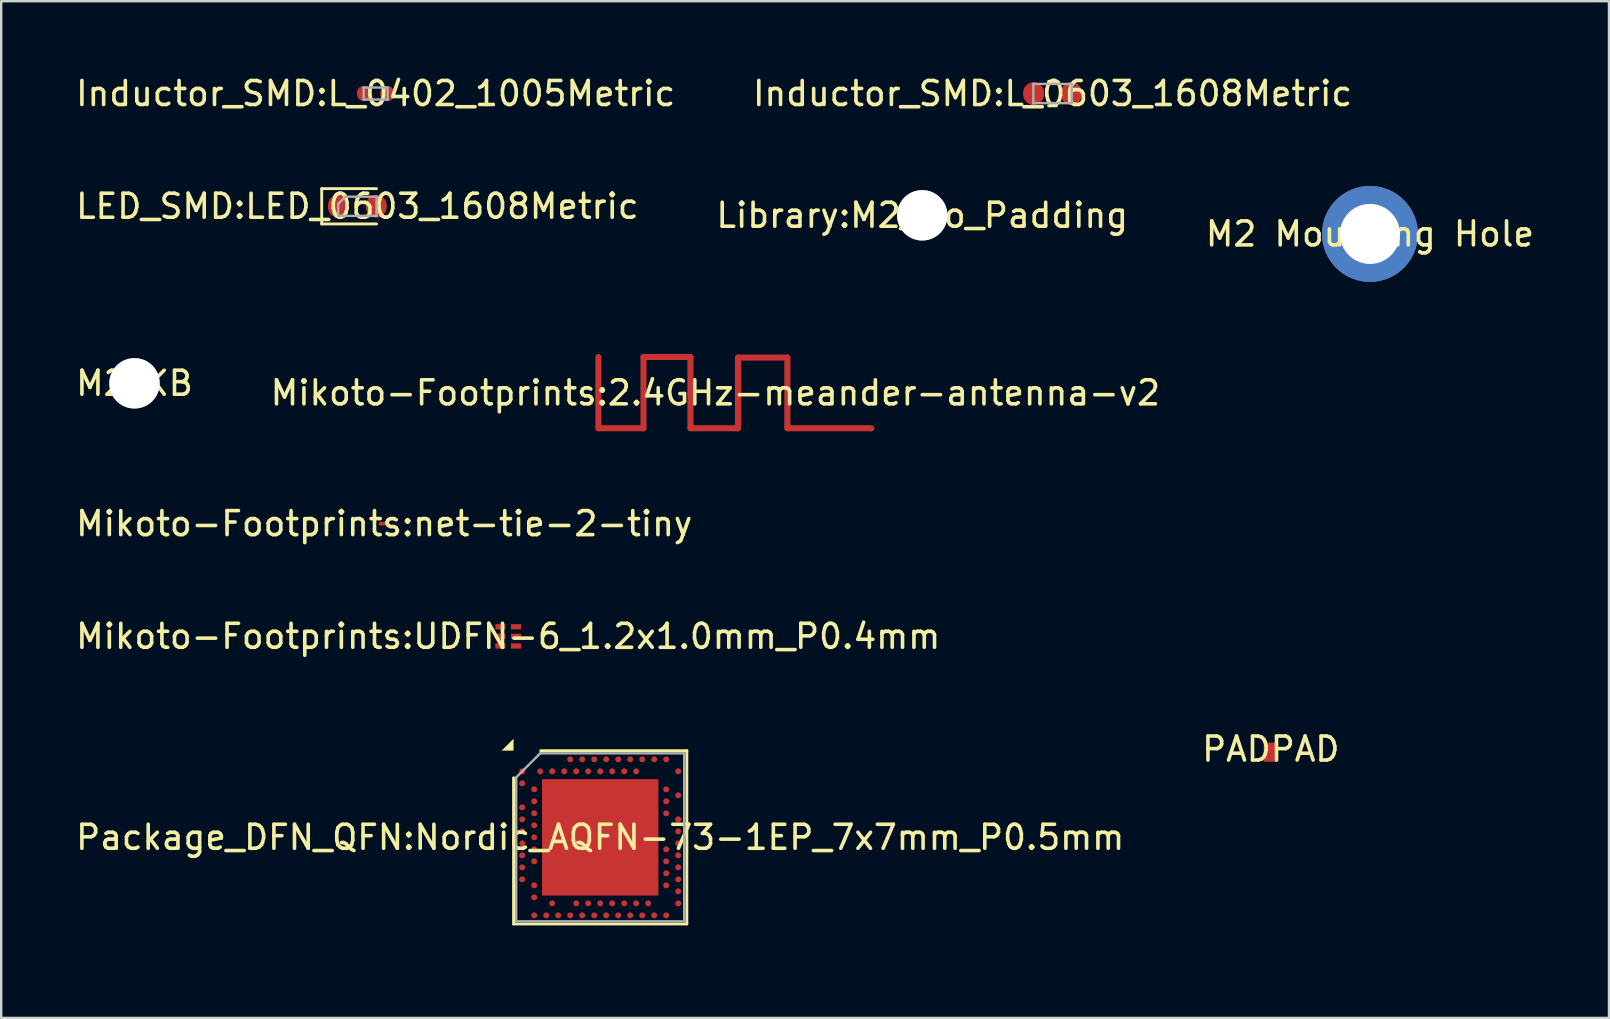
<source format=kicad_pcb>
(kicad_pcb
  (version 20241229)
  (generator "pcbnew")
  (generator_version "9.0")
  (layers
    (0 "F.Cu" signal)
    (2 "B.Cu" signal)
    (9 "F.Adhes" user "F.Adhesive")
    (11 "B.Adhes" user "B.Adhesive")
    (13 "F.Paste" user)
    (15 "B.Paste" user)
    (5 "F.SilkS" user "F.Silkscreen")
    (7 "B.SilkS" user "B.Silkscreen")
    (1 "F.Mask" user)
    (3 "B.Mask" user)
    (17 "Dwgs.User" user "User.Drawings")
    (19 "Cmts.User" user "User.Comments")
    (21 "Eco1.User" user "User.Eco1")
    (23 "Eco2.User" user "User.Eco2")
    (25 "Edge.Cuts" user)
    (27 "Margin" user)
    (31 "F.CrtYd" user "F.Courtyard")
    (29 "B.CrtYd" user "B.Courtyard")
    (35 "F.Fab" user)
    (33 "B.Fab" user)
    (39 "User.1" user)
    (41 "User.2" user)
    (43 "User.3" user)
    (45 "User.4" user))
  (footprint "Inductor_SMD{colon}L_0603_1608Metric"
    (layer "F.Cu")
    (at 40.804 0.848)
    (property "Reference" "Inductor_SMD{colon}L_0603_1608Metric" (at 0 0 0) (layer "F.SilkS") (effects (font (size 1 1) (thickness 0.15))))
    (fp_line (start -0.163 -0.51) (end 0.163 -0.51) (stroke (width 0.12) (type default)) (layer "F.SilkS"))
    (fp_line (start -0.163 0.51) (end 0.163 0.51) (stroke (width 0.12) (type default)) (layer "F.SilkS"))
    (fp_line (start -0.8 -0.4) (end 0.8 -0.4) (stroke (width 0.1) (type default)) (layer "F.Fab"))
    (fp_line (start -0.8 0.4) (end -0.8 -0.4) (stroke (width 0.1) (type default)) (layer "F.Fab"))
    (fp_line (start 0.8 -0.4) (end 0.8 0.4) (stroke (width 0.1) (type default)) (layer "F.Fab"))
    (fp_line (start 0.8 0.4) (end -0.8 0.4) (stroke (width 0.1) (type default)) (layer "F.Fab"))
    (fp_line (start -1.48 -0.73) (end 1.48 -0.73) (stroke (width 0.05) (type default)) (layer "User.1"))
    (fp_line (start -1.48 0.73) (end -1.48 -0.73) (stroke (width 0.05) (type default)) (layer "User.1"))
    (fp_line (start 1.48 -0.73) (end 1.48 0.73) (stroke (width 0.05) (type default)) (layer "User.1"))
    (fp_line (start 1.48 0.73) (end -1.48 0.73) (stroke (width 0.05) (type default)) (layer "User.1"))
    (pad "1" smd roundrect (at -0.787 0) (size 0.875 0.95) (layers "F.Cu" "F.Mask" "F.Paste") (roundrect_rratio 0.5))
    (pad "2" smd roundrect (at 0.787 0) (size 0.875 0.95) (layers "F.Cu" "F.Mask" "F.Paste") (roundrect_rratio 0.5)))
  (footprint "M2 Mounting Hole"
    (layer "F.Cu")
    (at 54.03 6.697)
    (property "Reference" "M2 Mounting Hole" (at 0 0 0) (layer "F.SilkS") (effects (font (size 1 1) (thickness 0.15))))
    (pad "1" thru_hole circle (at 0 0) (size 4 4) (drill 2.5) (layers "*.Cu" "*.Mask")))
  (footprint "Mikoto-Footprints{colon}2.4GHz-meander-antenna-v2"
    (layer "F.Cu")
    (at 26.756 13.32)
    (property "Reference" "Mikoto-Footprints{colon}2.4GHz-meander-antenna-v2" (at 0 0 0) (layer "F.SilkS") (effects (font (size 1 1) (thickness 0.15))))
    (fp_line (start -4.874 1.472) (end -4.874 -1.492) (stroke (width 0.254) (type default)) (layer "F.Cu"))
    (fp_line (start -2.994 1.472) (end -4.874 1.472) (stroke (width 0.254) (type default)) (layer "F.Cu"))
    (fp_line (start -2.994 1.472) (end -2.994 -1.497) (stroke (width 0.254) (type default)) (layer "F.Cu"))
    (fp_line (start -1.038 -1.497) (end -2.994 -1.497) (stroke (width 0.254) (type default)) (layer "F.Cu"))
    (fp_line (start -1.038 1.472) (end -1.038 -1.497) (stroke (width 0.254) (type default)) (layer "F.Cu"))
    (fp_line (start 0.943 1.472) (end -1.038 1.472) (stroke (width 0.254) (type default)) (layer "F.Cu"))
    (fp_line (start 0.943 1.472) (end 0.943 -1.472) (stroke (width 0.254) (type default)) (layer "F.Cu"))
    (fp_line (start 3 -1.472) (end 0.943 -1.472) (stroke (width 0.254) (type default)) (layer "F.Cu"))
    (fp_line (start 3 1.472) (end 3 -1.472) (stroke (width 0.254) (type default)) (layer "F.Cu"))
    (fp_line (start 6.5 1.472) (end 3 1.472) (stroke (width 0.254) (type default)) (layer "F.Cu"))
    (pad "1" smd circle (at 6.5 1.5) (size 0.2 0.2) (layers "F.Cu" "F.Mask" "F.Paste")))
  (footprint "Package_DFN_QFN{colon}Nordic_AQFN-73-1EP_7x7mm_P0.5mm"
    (layer "F.Cu")
    (at 21.958 31.838)
    (property "Reference" "Package_DFN_QFN{colon}Nordic_AQFN-73-1EP_7x7mm_P0.5mm" (at 0 0 0) (layer "F.SilkS") (effects (font (size 1 1) (thickness 0.15))))
    (fp_line (start -3.61 -2.48) (end -3.61 3.61) (stroke (width 0.12) (type default)) (layer "F.SilkS"))
    (fp_line (start -3.61 3.61) (end 3.61 3.61) (stroke (width 0.12) (type default)) (layer "F.SilkS"))
    (fp_line (start 3.61 -3.61) (end -2.48 -3.61) (stroke (width 0.12) (type default)) (layer "F.SilkS"))
    (fp_line (start 3.61 3.61) (end 3.61 -3.61) (stroke (width 0.12) (type default)) (layer "F.SilkS"))
    (fp_poly (pts (xy -3.61 -3.61) (xy -4.11 -3.61) (xy -3.61 -4.11)) (stroke (width 0) (type default)) (fill yes) (layer "F.SilkS"))
    (fp_line (start -3.5 -2.5) (end -3.5 3.5) (stroke (width 0.1) (type default)) (layer "F.Fab"))
    (fp_line (start -3.5 -2.5) (end -2.5 -3.5) (stroke (width 0.1) (type default)) (layer "F.Fab"))
    (fp_line (start -3.5 3.5) (end 3.5 3.5) (stroke (width 0.1) (type default)) (layer "F.Fab"))
    (fp_line (start -2.5 -3.5) (end 3.5 -3.5) (stroke (width 0.1) (type default)) (layer "F.Fab"))
    (fp_line (start 3.5 -3.5) (end 3.5 3.5) (stroke (width 0.1) (type default)) (layer "F.Fab"))
    (fp_line (start -4.5 -4.5) (end 4.5 -4.5) (stroke (width 0.05) (type default)) (layer "User.1"))
    (fp_line (start -4.5 4.5) (end -4.5 -4.5) (stroke (width 0.05) (type default)) (layer "User.1"))
    (fp_line (start 4.5 -4.5) (end 4.5 4.5) (stroke (width 0.05) (type default)) (layer "User.1"))
    (fp_line (start 4.5 4.5) (end -4.5 4.5) (stroke (width 0.05) (type default)) (layer "User.1"))
    (pad "" smd rect (at -1.212 -1.212 180) (size 2 2) (layers "F.Cu" "F.Mask" "F.Paste"))
    (pad "" smd rect (at -1.212 1.212 180) (size 2 2) (layers "F.Cu" "F.Mask" "F.Paste"))
    (pad "" smd rect (at 1.212 -1.212 180) (size 2 2) (layers "F.Cu" "F.Mask" "F.Paste"))
    (pad "" smd rect (at 1.212 1.212 180) (size 2 2) (layers "F.Cu" "F.Mask" "F.Paste"))
    (pad "A8" smd circle (at -1.25 -3.25 180) (size 0.25 0.25) (layers "F.Cu" "F.Mask" "F.Paste"))
    (pad "A10" smd circle (at -0.75 -3.25 180) (size 0.25 0.25) (layers "F.Cu" "F.Mask" "F.Paste"))
    (pad "A12" smd circle (at -0.25 -3.25 180) (size 0.25 0.25) (layers "F.Cu" "F.Mask" "F.Paste"))
    (pad "A14" smd circle (at 0.25 -3.25 180) (size 0.25 0.25) (layers "F.Cu" "F.Mask" "F.Paste"))
    (pad "A16" smd circle (at 0.75 -3.25 180) (size 0.25 0.25) (layers "F.Cu" "F.Mask" "F.Paste"))
    (pad "A18" smd circle (at 1.25 -3.25 180) (size 0.25 0.25) (layers "F.Cu" "F.Mask" "F.Paste"))
    (pad "A20" smd circle (at 1.75 -3.25 180) (size 0.25 0.25) (layers "F.Cu" "F.Mask" "F.Paste"))
    (pad "A22" smd circle (at 2.25 -3.25 180) (size 0.25 0.25) (layers "F.Cu" "F.Mask" "F.Paste"))
    (pad "A23" smd circle (at 2.75 -3.25 180) (size 0.25 0.25) (layers "F.Cu" "F.Mask" "F.Paste"))
    (pad "AA24" smd circle (at 3.25 2.25 180) (size 0.25 0.25) (layers "F.Cu" "F.Mask" "F.Paste"))
    (pad "AB2" smd circle (at -2.75 2.5 180) (size 0.25 0.25) (layers "F.Cu" "F.Mask" "F.Paste"))
    (pad "AC5" smd circle (at -2 2.75 180) (size 0.25 0.25) (layers "F.Cu" "F.Mask" "F.Paste"))
    (pad "AC9" smd circle (at -1 2.75 180) (size 0.25 0.25) (layers "F.Cu" "F.Mask" "F.Paste"))
    (pad "AC11" smd circle (at -0.5 2.75 180) (size 0.25 0.25) (layers "F.Cu" "F.Mask" "F.Paste"))
    (pad "AC13" smd circle (at 0 2.75 180) (size 0.25 0.25) (layers "F.Cu" "F.Mask" "F.Paste"))
    (pad "AC15" smd circle (at 0.5 2.75 180) (size 0.25 0.25) (layers "F.Cu" "F.Mask" "F.Paste"))
    (pad "AC17" smd circle (at 1 2.75 180) (size 0.25 0.25) (layers "F.Cu" "F.Mask" "F.Paste"))
    (pad "AC19" smd circle (at 1.5 2.75 180) (size 0.25 0.25) (layers "F.Cu" "F.Mask" "F.Paste"))
    (pad "AC21" smd circle (at 2 2.75 180) (size 0.25 0.25) (layers "F.Cu" "F.Mask" "F.Paste"))
    (pad "AC24" smd circle (at 3.25 2.75 180) (size 0.25 0.25) (layers "F.Cu" "F.Mask" "F.Paste"))
    (pad "AD2" smd circle (at -2.75 3.25 180) (size 0.25 0.25) (layers "F.Cu" "F.Mask" "F.Paste"))
    (pad "AD4" smd circle (at -2.25 3.25 180) (size 0.25 0.25) (layers "F.Cu" "F.Mask" "F.Paste"))
    (pad "AD6" smd circle (at -1.75 3.25 180) (size 0.25 0.25) (layers "F.Cu" "F.Mask" "F.Paste"))
    (pad "AD8" smd circle (at -1.25 3.25 180) (size 0.25 0.25) (layers "F.Cu" "F.Mask" "F.Paste"))
    (pad "AD10" smd circle (at -0.75 3.25 180) (size 0.25 0.25) (layers "F.Cu" "F.Mask" "F.Paste"))
    (pad "AD12" smd circle (at -0.25 3.25 180) (size 0.25 0.25) (layers "F.Cu" "F.Mask" "F.Paste"))
    (pad "AD14" smd circle (at 0.25 3.25 180) (size 0.25 0.25) (layers "F.Cu" "F.Mask" "F.Paste"))
    (pad "AD16" smd circle (at 0.75 3.25 180) (size 0.25 0.25) (layers "F.Cu" "F.Mask" "F.Paste"))
    (pad "AD18" smd circle (at 1.25 3.25 180) (size 0.25 0.25) (layers "F.Cu" "F.Mask" "F.Paste"))
    (pad "AD20" smd circle (at 1.75 3.25 180) (size 0.25 0.25) (layers "F.Cu" "F.Mask" "F.Paste"))
    (pad "AD22" smd circle (at 2.25 3.25 180) (size 0.25 0.25) (layers "F.Cu" "F.Mask" "F.Paste"))
    (pad "AD23" smd circle (at 2.75 3.25 180) (size 0.25 0.25) (layers "F.Cu" "F.Mask" "F.Paste"))
    (pad "B1" smd circle (at -3.25 -2.75 180) (size 0.25 0.25) (layers "F.Cu" "F.Mask" "F.Paste"))
    (pad "B3" smd circle (at -2.5 -2.75 180) (size 0.25 0.25) (layers "F.Cu" "F.Mask" "F.Paste"))
    (pad "B5" smd circle (at -2 -2.75 180) (size 0.25 0.25) (layers "F.Cu" "F.Mask" "F.Paste"))
    (pad "B7" smd circle (at -1.5 -2.75 180) (size 0.25 0.25) (layers "F.Cu" "F.Mask" "F.Paste"))
    (pad "B9" smd circle (at -1 -2.75 180) (size 0.25 0.25) (layers "F.Cu" "F.Mask" "F.Paste"))
    (pad "B11" smd circle (at -0.5 -2.75 180) (size 0.25 0.25) (layers "F.Cu" "F.Mask" "F.Paste"))
    (pad "B13" smd circle (at 0 -2.75 180) (size 0.25 0.25) (layers "F.Cu" "F.Mask" "F.Paste"))
    (pad "B15" smd circle (at 0.5 -2.75 180) (size 0.25 0.25) (layers "F.Cu" "F.Mask" "F.Paste"))
    (pad "B17" smd circle (at 1 -2.75 180) (size 0.25 0.25) (layers "F.Cu" "F.Mask" "F.Paste"))
    (pad "B19" smd circle (at 1.5 -2.75 180) (size 0.25 0.25) (layers "F.Cu" "F.Mask" "F.Paste"))
    (pad "B24" smd circle (at 3.25 -2.75 180) (size 0.25 0.25) (layers "F.Cu" "F.Mask" "F.Paste"))
    (pad "C1" smd circle (at -3.25 -2.25 180) (size 0.25 0.25) (layers "F.Cu" "F.Mask" "F.Paste"))
    (pad "D2" smd circle (at -2.75 -2 180) (size 0.25 0.25) (layers "F.Cu" "F.Mask" "F.Paste"))
    (pad "D23" smd circle (at 2.75 -2 180) (size 0.25 0.25) (layers "F.Cu" "F.Mask" "F.Paste"))
    (pad "E24" smd circle (at 3.25 -1.75 180) (size 0.25 0.25) (layers "F.Cu" "F.Mask" "F.Paste"))
    (pad "EP" smd rect (at 0 0 180) (size 4.85 4.85) (layers "F.Cu" "F.Mask" "F.Paste"))
    (pad "F2" smd circle (at -2.75 -1.5 180) (size 0.25 0.25) (layers "F.Cu" "F.Mask" "F.Paste"))
    (pad "F23" smd circle (at 2.75 -1.5 180) (size 0.25 0.25) (layers "F.Cu" "F.Mask" "F.Paste"))
    (pad "G1" smd circle (at -3.25 -1.25 180) (size 0.25 0.25) (layers "F.Cu" "F.Mask" "F.Paste"))
    (pad "H2" smd circle (at -2.75 -1 180) (size 0.25 0.25) (layers "F.Cu" "F.Mask" "F.Paste"))
    (pad "H23" smd circle (at 2.75 -1 180) (size 0.25 0.25) (layers "F.Cu" "F.Mask" "F.Paste"))
    (pad "J1" smd circle (at -3.25 -0.75 180) (size 0.25 0.25) (layers "F.Cu" "F.Mask" "F.Paste"))
    (pad "J24" smd circle (at 3.25 -0.75 180) (size 0.25 0.25) (layers "F.Cu" "F.Mask" "F.Paste"))
    (pad "K2" smd circle (at -2.75 -0.5 180) (size 0.25 0.25) (layers "F.Cu" "F.Mask" "F.Paste"))
    (pad "L1" smd circle (at -3.25 -0.25 180) (size 0.25 0.25) (layers "F.Cu" "F.Mask" "F.Paste"))
    (pad "L24" smd circle (at 3.25 -0.25 180) (size 0.25 0.25) (layers "F.Cu" "F.Mask" "F.Paste"))
    (pad "M2" smd circle (at -2.75 0 180) (size 0.25 0.25) (layers "F.Cu" "F.Mask" "F.Paste"))
    (pad "N1" smd circle (at -3.25 0.25 180) (size 0.25 0.25) (layers "F.Cu" "F.Mask" "F.Paste"))
    (pad "N24" smd circle (at 3.25 0.25 180) (size 0.25 0.25) (layers "F.Cu" "F.Mask" "F.Paste"))
    (pad "P2" smd circle (at -2.75 0.5 180) (size 0.25 0.25) (layers "F.Cu" "F.Mask" "F.Paste"))
    (pad "P23" smd circle (at 2.75 0.5 180) (size 0.25 0.25) (layers "F.Cu" "F.Mask" "F.Paste"))
    (pad "R1" smd circle (at -3.25 0.75 180) (size 0.25 0.25) (layers "F.Cu" "F.Mask" "F.Paste"))
    (pad "R24" smd circle (at 3.25 0.75 180) (size 0.25 0.25) (layers "F.Cu" "F.Mask" "F.Paste"))
    (pad "T2" smd circle (at -2.75 1 180) (size 0.25 0.25) (layers "F.Cu" "F.Mask" "F.Paste"))
    (pad "T23" smd circle (at 2.75 1 180) (size 0.25 0.25) (layers "F.Cu" "F.Mask" "F.Paste"))
    (pad "U1" smd circle (at -3.25 1.25 180) (size 0.25 0.25) (layers "F.Cu" "F.Mask" "F.Paste"))
    (pad "U24" smd circle (at 3.25 1.25 180) (size 0.25 0.25) (layers "F.Cu" "F.Mask" "F.Paste"))
    (pad "V23" smd circle (at 2.75 1.5 180) (size 0.25 0.25) (layers "F.Cu" "F.Mask" "F.Paste"))
    (pad "W1" smd circle (at -3.25 1.75 180) (size 0.25 0.25) (layers "F.Cu" "F.Mask" "F.Paste"))
    (pad "W24" smd circle (at 3.25 1.75 180) (size 0.25 0.25) (layers "F.Cu" "F.Mask" "F.Paste"))
    (pad "Y2" smd circle (at -2.75 2 180) (size 0.25 0.25) (layers "F.Cu" "F.Mask" "F.Paste"))
    (pad "Y23" smd circle (at 2.75 2 180) (size 0.25 0.25) (layers "F.Cu" "F.Mask" "F.Paste")))
  (footprint "M2_KB"
    (layer "F.Cu")
    (at 2.554 12.921)
    (property "Reference" "M2_KB" (at 0 0 0) (layer "F.SilkS") (effects (font (size 1 1) (thickness 0.15))))
    (fp_circle (center 0 0) (end 1.2 0) (stroke (width 0.05) (type default)) (fill no) (layer "User.1"))
    (pad "" thru_hole circle (at 0 0) (size 2.1 2.1) (drill 2.1) (layers "*.Cu" "*.Mask")))
  (footprint "Mikoto-Footprints{colon}UDFN-6_1.2x1.0mm_P0.4mm"
    (layer "F.Cu")
    (at 18.125 23.465)
    (property "Reference" "Mikoto-Footprints{colon}UDFN-6_1.2x1.0mm_P0.4mm" (at 0 0 0) (layer "F.SilkS") (effects (font (size 1 1) (thickness 0.15))))
    (fp_line (start -0.56 -0.625) (end -0.56 0.625) (stroke (width 0.15) (type default)) (layer "User.1"))
    (fp_line (start -0.56 0.625) (end 0.56 0.625) (stroke (width 0.15) (type default)) (layer "User.1"))
    (fp_line (start 0.56 -0.625) (end -0.56 -0.625) (stroke (width 0.15) (type default)) (layer "User.1"))
    (fp_line (start 0.56 0.625) (end 0.56 -0.625) (stroke (width 0.15) (type default)) (layer "User.1"))
    (pad "1" smd rect (at -0.325 -0.4 270) (size 0.22 0.42) (layers "F.Cu" "F.Mask" "F.Paste"))
    (pad "2" smd rect (at -0.325 0 270) (size 0.22 0.42) (layers "F.Cu" "F.Mask" "F.Paste"))
    (pad "3" smd rect (at -0.325 0.4 270) (size 0.22 0.42) (layers "F.Cu" "F.Mask" "F.Paste"))
    (pad "4" smd rect (at 0.325 0.4 270) (size 0.22 0.42) (layers "F.Cu" "F.Mask" "F.Paste"))
    (pad "5" smd rect (at 0.325 0 270) (size 0.22 0.42) (layers "F.Cu" "F.Mask" "F.Paste"))
    (pad "6" smd rect (at 0.325 -0.4 270) (size 0.22 0.42) (layers "F.Cu" "F.Mask" "F.Paste")))
  (footprint "LED_SMD{colon}LED_0603_1608Metric"
    (layer "F.Cu")
    (at 11.839 5.545)
    (property "Reference" "LED_SMD{colon}LED_0603_1608Metric" (at 0 0 0) (layer "F.SilkS") (effects (font (size 1 1) (thickness 0.15))))
    (fp_line (start -1.485 -0.735) (end -1.485 0.735) (stroke (width 0.12) (type default)) (layer "F.SilkS"))
    (fp_line (start -1.485 0.735) (end 0.8 0.735) (stroke (width 0.12) (type default)) (layer "F.SilkS"))
    (fp_line (start 0.8 -0.735) (end -1.485 -0.735) (stroke (width 0.12) (type default)) (layer "F.SilkS"))
    (fp_line (start -0.8 -0.1) (end -0.8 0.4) (stroke (width 0.1) (type default)) (layer "F.Fab"))
    (fp_line (start -0.8 0.4) (end 0.8 0.4) (stroke (width 0.1) (type default)) (layer "F.Fab"))
    (fp_line (start -0.5 -0.4) (end -0.8 -0.1) (stroke (width 0.1) (type default)) (layer "F.Fab"))
    (fp_line (start 0.8 -0.4) (end -0.5 -0.4) (stroke (width 0.1) (type default)) (layer "F.Fab"))
    (fp_line (start 0.8 0.4) (end 0.8 -0.4) (stroke (width 0.1) (type default)) (layer "F.Fab"))
    (fp_line (start -1.48 -0.73) (end 1.48 -0.73) (stroke (width 0.05) (type default)) (layer "User.1"))
    (fp_line (start -1.48 0.73) (end -1.48 -0.73) (stroke (width 0.05) (type default)) (layer "User.1"))
    (fp_line (start 1.48 -0.73) (end 1.48 0.73) (stroke (width 0.05) (type default)) (layer "User.1"))
    (fp_line (start 1.48 0.73) (end -1.48 0.73) (stroke (width 0.05) (type default)) (layer "User.1"))
    (pad "1" smd roundrect (at -0.787 0) (size 0.875 0.95) (layers "F.Cu" "F.Mask" "F.Paste") (roundrect_rratio 0.5))
    (pad "2" smd roundrect (at 0.787 0) (size 0.875 0.95) (layers "F.Cu" "F.Mask" "F.Paste") (roundrect_rratio 0.5)))
  (footprint "Library{colon}M2_No_Padding"
    (layer "F.Cu")
    (at 35.375 5.921)
    (property "Reference" "Library{colon}M2_No_Padding" (at 0 0 0) (layer "F.SilkS") (effects (font (size 1 1) (thickness 0.15))))
    (fp_circle (center 0 0) (end 1.2 0) (stroke (width 0.05) (type default)) (fill no) (layer "User.1"))
    (pad "" thru_hole circle (at 0 0) (size 2.1 2.1) (drill 2.1) (layers "*.Cu" "*.Mask")))
  (footprint "PADPAD"
    (layer "F.Cu")
    (at 49.899 28.162)
    (property "Reference" "PADPAD" (at 0 0 0) (layer "F.SilkS") (effects (font (size 1 1) (thickness 0.15))))
    (pad "1" smd rect (at 0 0.127) (size 0.6 0.8) (layers "F.Cu" "F.Mask" "F.Paste")))
  (footprint "Mikoto-Footprints{colon}net-tie-2-tiny"
    (layer "F.Cu")
    (at 12.958 18.769)
    (property "Reference" "Mikoto-Footprints{colon}net-tie-2-tiny" (at 0 0 0) (layer "F.SilkS") (effects (font (size 1 1) (thickness 0.15))))
    (fp_poly (pts (xy 0.15 0.075) (xy -0.15 0.075) (xy -0.15 -0.075) (xy 0.15 -0.075)) (stroke (width 0) (type default)) (fill yes) (layer "F.Cu"))
    (pad "1" smd circle (at -0.15 0) (size 0.15 0.15) (layers "F.Cu" "F.Mask" "F.Paste"))
    (pad "2" smd circle (at 0.15 0) (size 0.15 0.15) (layers "F.Cu" "F.Mask" "F.Paste")))
  (footprint "Inductor_SMD{colon}L_0402_1005Metric"
    (layer "F.Cu")
    (at 12.601 0.848)
    (property "Reference" "Inductor_SMD{colon}L_0402_1005Metric" (at 0 0 0) (layer "F.SilkS") (effects (font (size 1 1) (thickness 0.15))))
    (fp_line (start -0.5 -0.25) (end 0.5 -0.25) (stroke (width 0.1) (type default)) (layer "F.Fab"))
    (fp_line (start -0.5 0.25) (end -0.5 -0.25) (stroke (width 0.1) (type default)) (layer "F.Fab"))
    (fp_line (start 0.5 -0.25) (end 0.5 0.25) (stroke (width 0.1) (type default)) (layer "F.Fab"))
    (fp_line (start 0.5 0.25) (end -0.5 0.25) (stroke (width 0.1) (type default)) (layer "F.Fab"))
    (fp_line (start -0.93 -0.47) (end 0.93 -0.47) (stroke (width 0.05) (type default)) (layer "User.1"))
    (fp_line (start -0.93 0.47) (end -0.93 -0.47) (stroke (width 0.05) (type default)) (layer "User.1"))
    (fp_line (start 0.93 -0.47) (end 0.93 0.47) (stroke (width 0.05) (type default)) (layer "User.1"))
    (fp_line (start 0.93 0.47) (end -0.93 0.47) (stroke (width 0.05) (type default)) (layer "User.1"))
    (pad "1" smd roundrect (at -0.485 0) (size 0.59 0.64) (layers "F.Cu" "F.Mask" "F.Paste") (roundrect_rratio 0.5))
    (pad "2" smd roundrect (at 0.485 0) (size 0.59 0.64) (layers "F.Cu" "F.Mask" "F.Paste") (roundrect_rratio 0.5)))
  (gr_rect
    (start -3 -3)
    (end 63.988 39.364)
    (stroke (width 0.1) (type default))
    (fill no)
    (layer "Edge.Cuts")))
</source>
